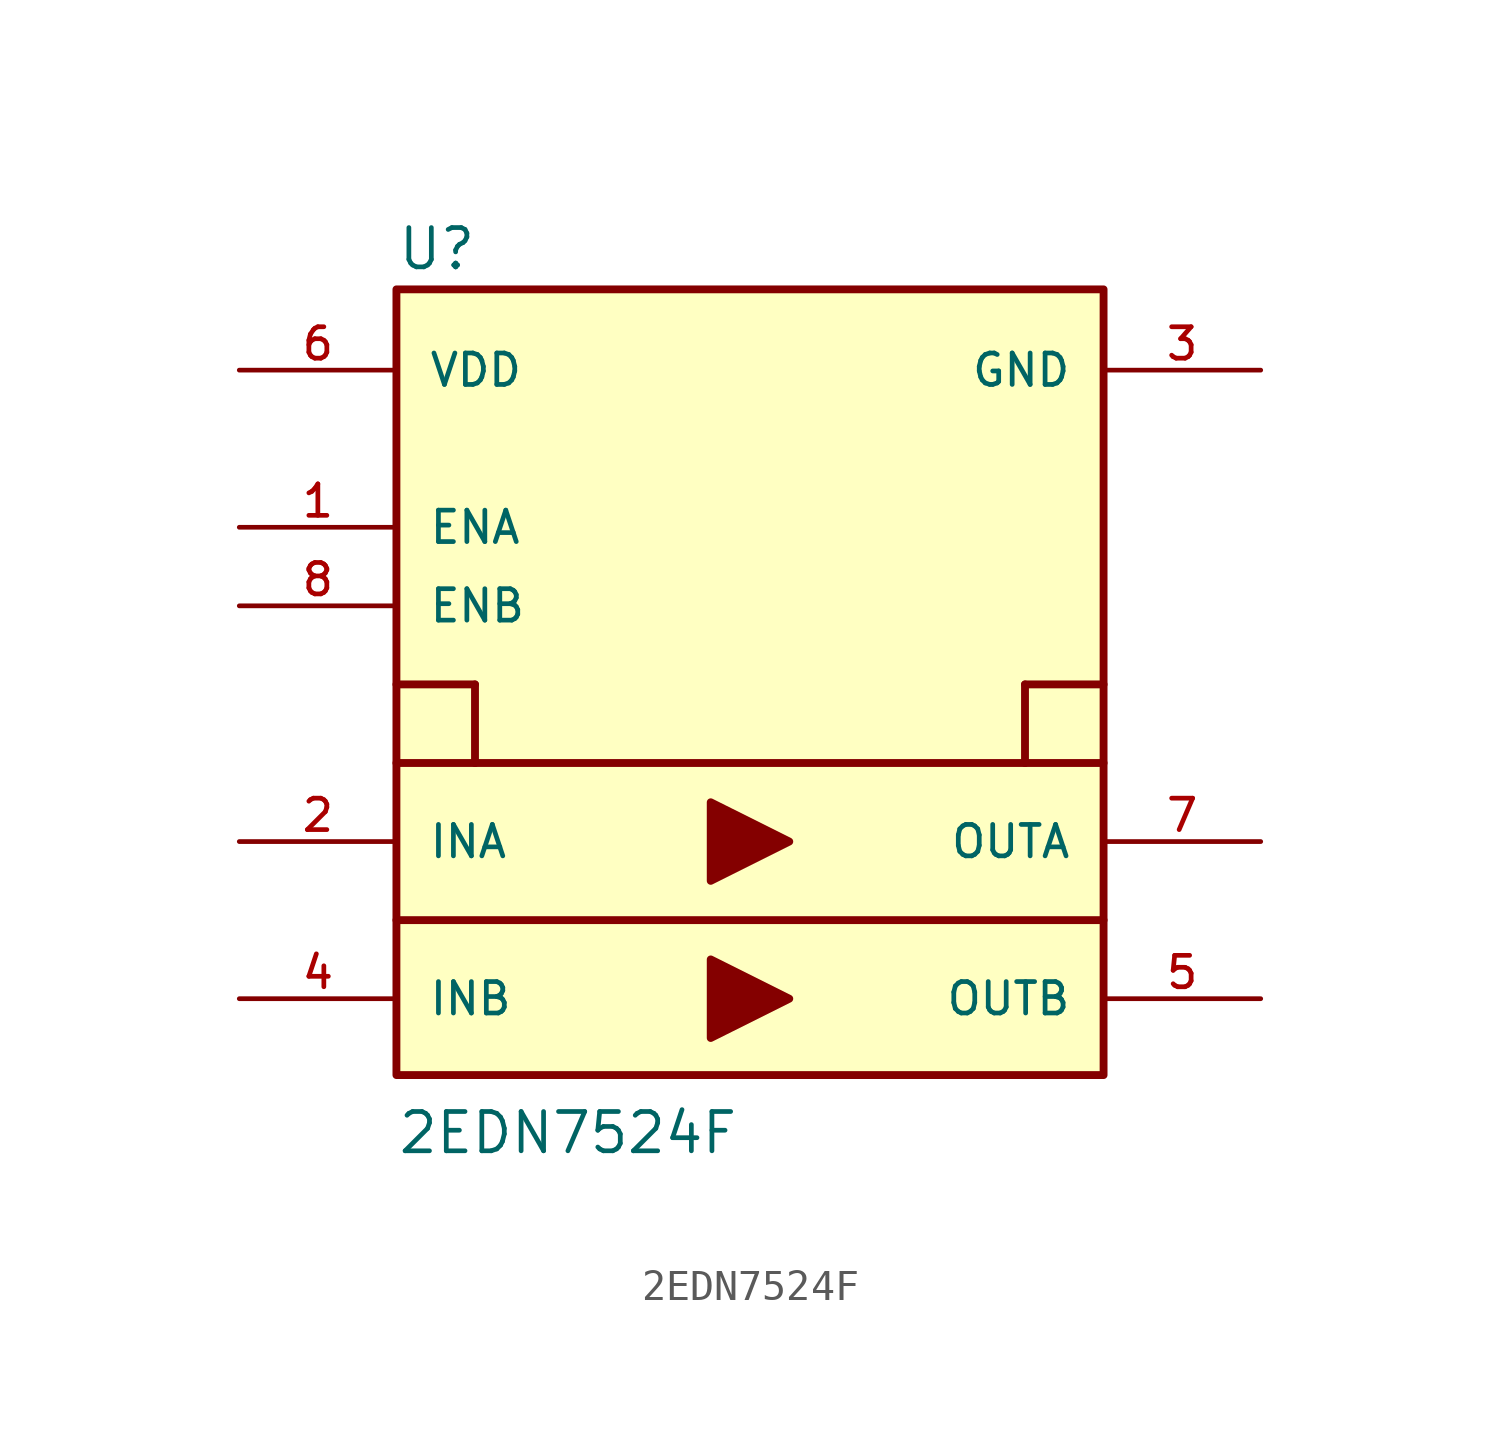
<source format=kicad_sym>
(kicad_symbol_lib
  (version 20211014)
  (generator kicad_symbol_editor)
  (symbol "2EDN7524F"
    (pin_names
      (offset 1.016))
    (property "Reference" "U"
      (at 0.0 0.635 0)
      (effects (font (size 1.27 1.27)) (justify bottom left)))
    (property "Value" "2EDN7524F"
      (at 0.0 -27.94 0)
      (effects (font (size 1.27 1.27)) (justify bottom left)))
    (symbol "2EDN7524F_0_0"
      (polyline (pts (xy 0.0 -12.7) (xy 2.54 -12.7)) (stroke (width 0.254)))
      (polyline (pts (xy 2.54 -12.7) (xy 2.54 -15.24)) (stroke (width 0.254)))
      (polyline (pts (xy 2.54 -15.24) (xy 0.0 -15.24)) (stroke (width 0.254)))
      (polyline (pts (xy 22.86 -15.24) (xy 20.32 -15.24)) (stroke (width 0.254)))
      (polyline (pts (xy 20.32 -15.24) (xy 20.32 -12.7)) (stroke (width 0.254)))
      (polyline (pts (xy 20.32 -12.7) (xy 22.86 -12.7)) (stroke (width 0.254)))
      (polyline (pts (xy 2.54 -15.24) (xy 20.32 -15.24)) (stroke (width 0.254)))
      (polyline (pts (xy 0.0 -20.32) (xy 22.86 -20.32)) (stroke (width 0.254)))
      (polyline (pts (xy 10.16 -21.59) (xy 10.16 -24.13) (xy 12.7 -22.86) (xy 10.16 -21.59)) (stroke (width 0.254)) (fill (type outline)))
      (polyline (pts (xy 10.16 -16.51) (xy 10.16 -19.05) (xy 12.7 -17.78) (xy 10.16 -16.51)) (stroke (width 0.254)) (fill (type outline)))
      (rectangle (start 1.7763568394e-15 -25.329) (end 22.86 0.071) (stroke (width 0.254)) (fill (type background)))
      (pin power_in line (at -5.08 -2.54 0) (length 5.08) (name "VDD" (effects (font (size 1.016 1.016)))) (number "6" (effects (font (size 1.016 1.016)))))
      (pin input line (at -5.08 -7.62 0) (length 5.08) (name "ENA" (effects (font (size 1.016 1.016)))) (number "1" (effects (font (size 1.016 1.016)))))
      (pin input line (at -5.08 -17.78 0) (length 5.08) (name "INA" (effects (font (size 1.016 1.016)))) (number "2" (effects (font (size 1.016 1.016)))))
      (pin power_in line (at 27.94 -2.54 180.0) (length 5.08) (name "GND" (effects (font (size 1.016 1.016)))) (number "3" (effects (font (size 1.016 1.016)))))
      (pin output line (at 27.94 -17.78 180.0) (length 5.08) (name "OUTA" (effects (font (size 1.016 1.016)))) (number "7" (effects (font (size 1.016 1.016)))))
      (pin input line (at -5.08 -10.16 0) (length 5.08) (name "ENB" (effects (font (size 1.016 1.016)))) (number "8" (effects (font (size 1.016 1.016)))))
      (pin input line (at -5.08 -22.86 0) (length 5.08) (name "INB" (effects (font (size 1.016 1.016)))) (number "4" (effects (font (size 1.016 1.016)))))
      (pin output line (at 27.94 -22.86 180.0) (length 5.08) (name "OUTB" (effects (font (size 1.016 1.016)))) (number "5" (effects (font (size 1.016 1.016))))))))
</source>
